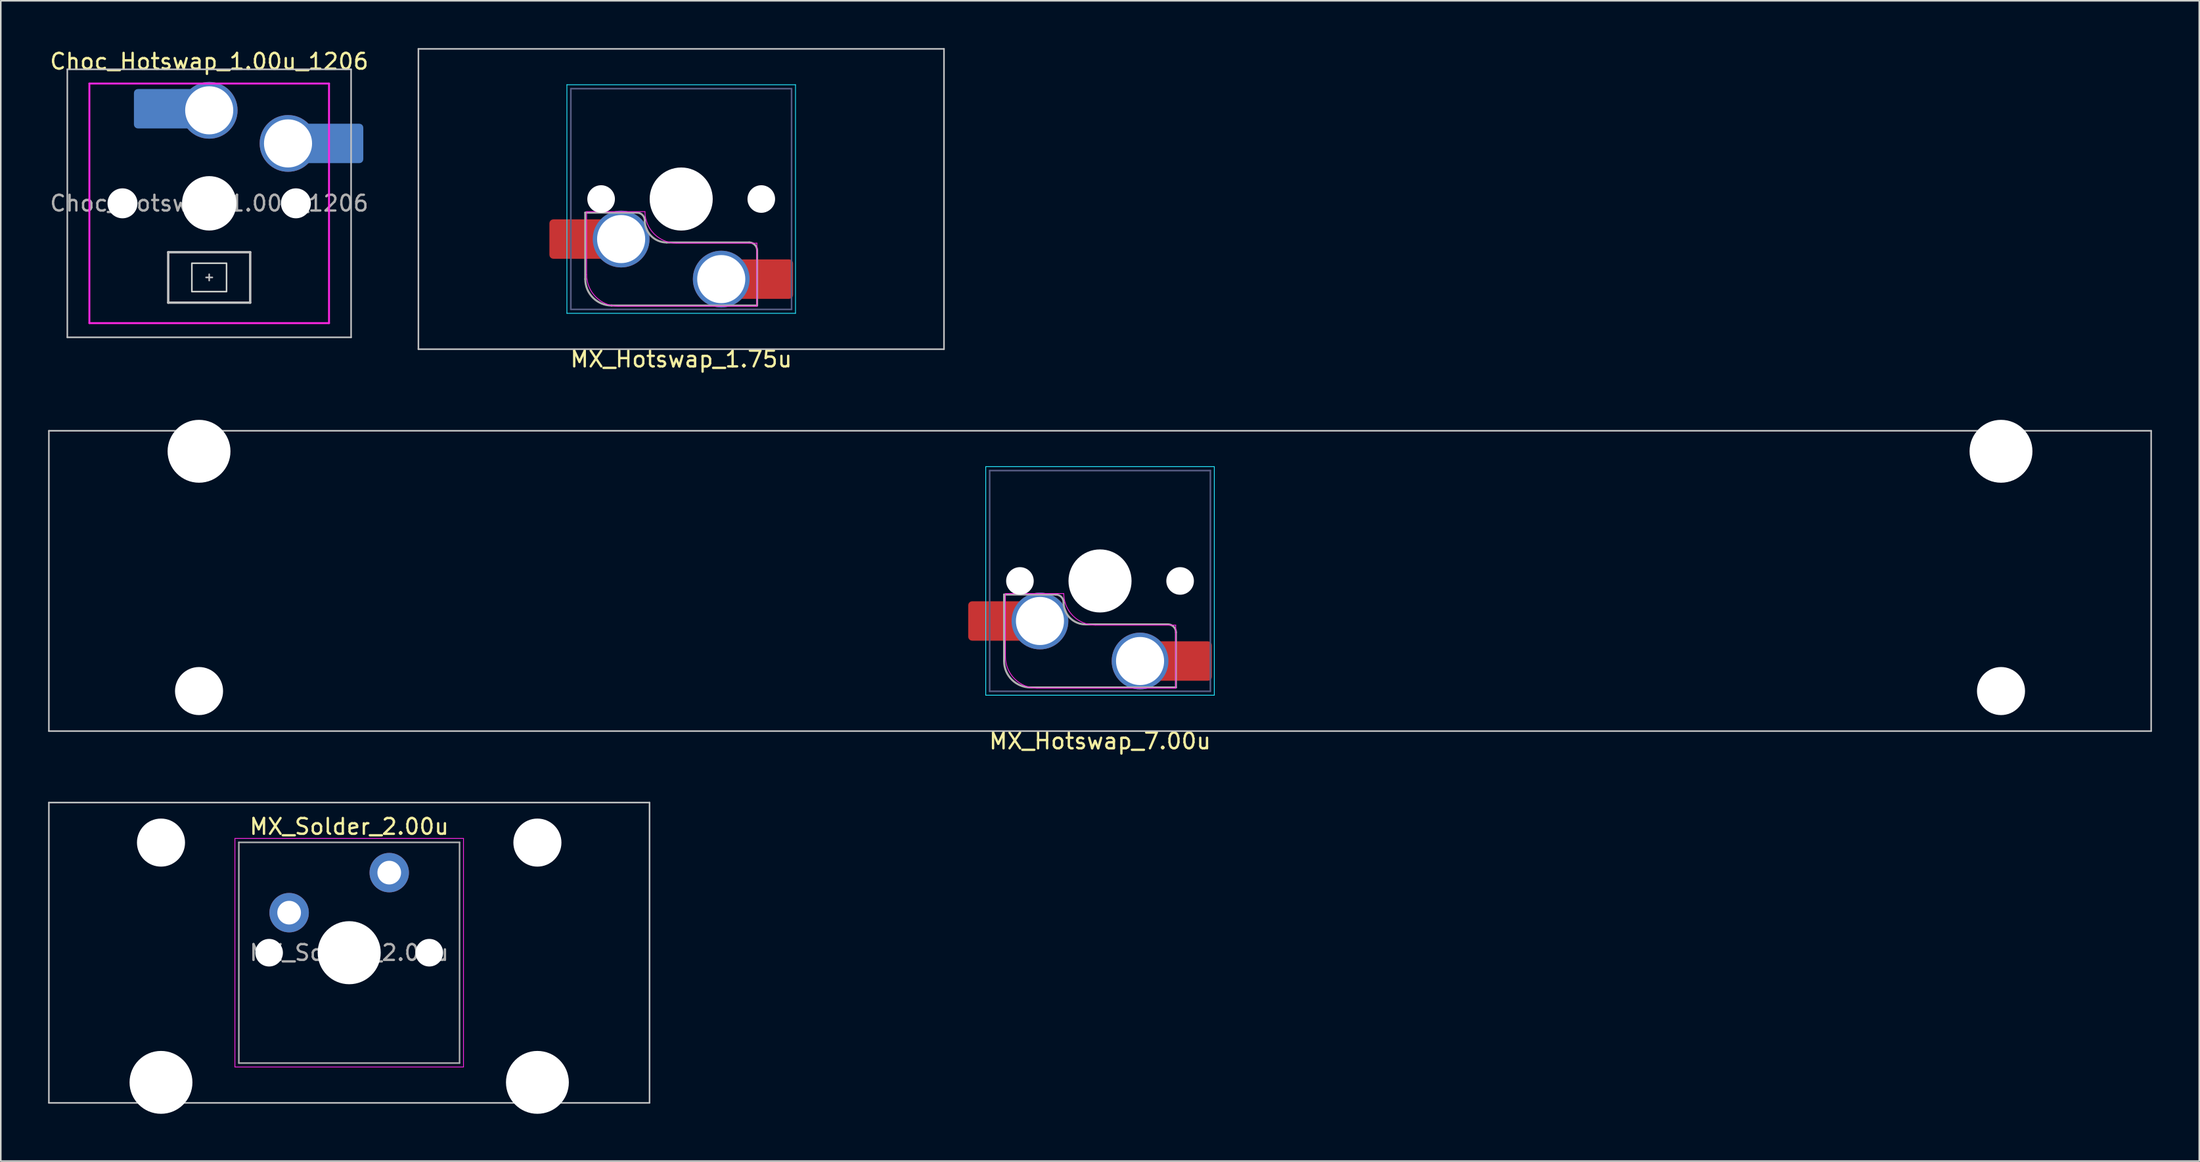
<source format=kicad_pcb>
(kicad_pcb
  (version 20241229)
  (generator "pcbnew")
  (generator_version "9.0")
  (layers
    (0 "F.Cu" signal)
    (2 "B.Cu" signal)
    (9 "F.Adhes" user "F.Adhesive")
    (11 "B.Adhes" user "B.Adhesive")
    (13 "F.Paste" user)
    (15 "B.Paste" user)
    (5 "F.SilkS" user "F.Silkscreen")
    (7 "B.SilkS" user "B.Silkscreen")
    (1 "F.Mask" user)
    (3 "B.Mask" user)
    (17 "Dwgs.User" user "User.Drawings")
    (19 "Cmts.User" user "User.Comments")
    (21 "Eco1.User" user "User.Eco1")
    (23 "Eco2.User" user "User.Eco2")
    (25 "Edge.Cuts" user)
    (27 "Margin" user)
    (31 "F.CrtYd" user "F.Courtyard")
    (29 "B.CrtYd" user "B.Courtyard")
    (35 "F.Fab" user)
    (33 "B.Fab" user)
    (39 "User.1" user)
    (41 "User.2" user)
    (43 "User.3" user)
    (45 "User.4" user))
  (footprint "MX_Hotswap_7.00u"
    (layer "F.Cu")
    (at 66.09 37.612)
    (property "Reference" "MX_Hotswap_7.00u" (at 0.635 6.35 0) (layer "F.SilkS") (effects (font (size 1 1) (thickness 0.15))))
    (attr smd allow_soldermask_bridges)
    (fp_line (start -66.04 -13.335) (end -66.04 5.715) (stroke (width 0.1) (type solid)) (layer "Dwgs.User"))
    (fp_line (start -66.04 5.715) (end 67.31 5.715) (stroke (width 0.1) (type solid)) (layer "Dwgs.User"))
    (fp_line (start 67.31 -13.335) (end -66.04 -13.335) (stroke (width 0.1) (type solid)) (layer "Dwgs.User"))
    (fp_line (start 67.31 5.715) (end 67.31 -13.335) (stroke (width 0.1) (type solid)) (layer "Dwgs.User"))
    (fp_line (start -59.89 -10.58) (end -59.89 1.72) (stroke (width 0.1) (type solid)) (layer "Eco1.User"))
    (fp_line (start -59.89 1.72) (end -53.14 1.72) (stroke (width 0.1) (type solid)) (layer "Eco1.User"))
    (fp_line (start -53.14 -10.58) (end -59.89 -10.58) (stroke (width 0.1) (type solid)) (layer "Eco1.User"))
    (fp_line (start -53.14 1.72) (end -53.14 -10.58) (stroke (width 0.1) (type solid)) (layer "Eco1.User"))
    (fp_line (start 54.41 -10.58) (end 54.41 1.72) (stroke (width 0.1) (type solid)) (layer "Eco1.User"))
    (fp_line (start 54.41 1.72) (end 61.16 1.72) (stroke (width 0.1) (type solid)) (layer "Eco1.User"))
    (fp_line (start 61.16 -10.58) (end 54.41 -10.58) (stroke (width 0.1) (type solid)) (layer "Eco1.User"))
    (fp_line (start 61.16 1.72) (end 61.16 -10.58) (stroke (width 0.1) (type solid)) (layer "Eco1.User"))
    (fp_line (start -6.615 -11.06) (end -6.615 3.44) (stroke (width 0.05) (type solid)) (layer "B.CrtYd"))
    (fp_line (start -6.615 3.44) (end 7.885 3.44) (stroke (width 0.05) (type solid)) (layer "B.CrtYd"))
    (fp_line (start 7.885 -11.06) (end -6.615 -11.06) (stroke (width 0.05) (type solid)) (layer "B.CrtYd"))
    (fp_line (start 7.885 3.44) (end 7.885 -11.06) (stroke (width 0.05) (type solid)) (layer "B.CrtYd"))
    (fp_line (start -5.365 0.99) (end -5.365 -3.01) (stroke (width 0.05) (type solid)) (layer "F.CrtYd"))
    (fp_line (start -1.665 -3.01) (end -5.365 -3.01) (stroke (width 0.05) (type solid)) (layer "F.CrtYd"))
    (fp_line (start 5.435 -1.01) (end 0.335 -1.01) (stroke (width 0.05) (type solid)) (layer "F.CrtYd"))
    (fp_line (start 5.435 -1.01) (end 5.435 2.99) (stroke (width 0.05) (type solid)) (layer "F.CrtYd"))
    (fp_line (start 5.435 2.99) (end -3.365 2.99) (stroke (width 0.05) (type solid)) (layer "F.CrtYd"))
    (fp_arc (start -3.365 2.99) (mid -4.779214 2.404214) (end -5.365 0.99) (stroke (width 0.05) (type solid)) (layer "F.CrtYd"))
    (fp_arc (start 0.335 -1.01) (mid -1.079214 -1.595786) (end -1.665 -3.01) (stroke (width 0.05) (type solid)) (layer "F.CrtYd"))
    (fp_line (start -6.365 -10.81) (end -6.365 3.19) (stroke (width 0.1) (type solid)) (layer "B.Fab"))
    (fp_line (start -6.365 3.19) (end 7.635 3.19) (stroke (width 0.1) (type solid)) (layer "B.Fab"))
    (fp_line (start 7.635 -10.81) (end -6.365 -10.81) (stroke (width 0.1) (type solid)) (layer "B.Fab"))
    (fp_line (start 7.635 3.19) (end 7.635 -10.81) (stroke (width 0.1) (type solid)) (layer "B.Fab"))
    (fp_line (start -5.45 -2.945) (end -2.175 -2.945) (stroke (width 0.127) (type solid)) (layer "F.Fab"))
    (fp_line (start -5.45 1.27) (end -5.45 -2.945) (stroke (width 0.127) (type solid)) (layer "F.Fab"))
    (fp_line (start -0.285 -1.055) (end 4.95 -1.055) (stroke (width 0.127) (type solid)) (layer "F.Fab"))
    (fp_line (start 5.45 -0.555) (end 5.45 2.945) (stroke (width 0.127) (type solid)) (layer "F.Fab"))
    (fp_line (start 5.45 2.945) (end -3.775 2.945) (stroke (width 0.127) (type solid)) (layer "F.Fab"))
    (fp_arc (start -3.775 2.945) (mid -4.959404 2.454404) (end -5.45 1.27) (stroke (width 0.127) (type solid)) (layer "F.Fab"))
    (fp_arc (start -2.175 -2.945) (mid -1.821447 -2.798553) (end -1.675 -2.445) (stroke (width 0.127) (type solid)) (layer "F.Fab"))
    (fp_arc (start -0.285 -1.055) (mid -1.267878 -1.462122) (end -1.675 -2.445) (stroke (width 0.127) (type solid)) (layer "F.Fab"))
    (fp_arc (start 4.95 -1.055) (mid 5.303553 -0.908553) (end 5.45 -0.555) (stroke (width 0.127) (type solid)) (layer "F.Fab"))
    (pad "" np_thru_hole circle (at -56.515 -12.035 180) (size 3.988 3.988) (drill 3.988) (layers "*.Cu" "*.Mask"))
    (pad "" np_thru_hole circle (at -56.515 3.175 180) (size 3.048 3.048) (drill 3.048) (layers "*.Cu" "*.Mask"))
    (pad "" smd roundrect (at -6.45 -1.27 180) (size 2.55 2.5) (layers "F.Mask" "F.Paste") (roundrect_rratio 0.1))
    (pad "" np_thru_hole circle (at -4.445 -3.81 180) (size 1.75 1.75) (drill 1.75) (layers "*.Cu" "*.Mask"))
    (pad "" np_thru_hole circle (at 0.635 -3.81 180) (size 4 4) (drill 4) (layers "*.Cu" "*.Mask"))
    (pad "" np_thru_hole circle (at 5.715 -3.81 180) (size 1.75 1.75) (drill 1.75) (layers "*.Cu" "*.Mask"))
    (pad "" smd roundrect (at 6.477 1.27 180) (size 2.55 2.5) (layers "F.Mask" "F.Paste") (roundrect_rratio 0.1))
    (pad "" np_thru_hole circle (at 57.785 -12.035 180) (size 3.988 3.988) (drill 3.988) (layers "*.Cu" "*.Mask"))
    (pad "" np_thru_hole circle (at 57.785 3.175 180) (size 3.048 3.048) (drill 3.048) (layers "*.Cu" "*.Mask"))
    (pad "1" smd roundrect (at -5.95 -1.27 180) (size 3.55 2.5) (layers "F.Cu") (roundrect_rratio 0.1))
    (pad "1" thru_hole circle (at -3.175 -1.27 180) (size 3.6 3.6) (drill 3.05) (layers "*.Cu" "*.Mask"))
    (pad "2" thru_hole circle (at 3.175 1.27 180) (size 3.6 3.6) (drill 3.05) (layers "*.Cu" "*.Mask"))
    (pad "2" smd roundrect (at 5.955 1.27 180) (size 3.55 2.5) (layers "F.Cu") (roundrect_rratio 0.1)))
  (footprint "MX_Solder_2.00u"
    (layer "F.Cu")
    (at 19.1 57.385)
    (property "Reference" "MX_Solder_2.00u" (at 0 -8 0) (layer "F.SilkS") (effects (font (size 1 1) (thickness 0.15))))
    (attr through_hole)
    (fp_line (start -19.05 -9.525) (end -19.05 9.525) (stroke (width 0.1) (type solid)) (layer "Dwgs.User"))
    (fp_line (start -19.05 9.525) (end 19.05 9.525) (stroke (width 0.1) (type solid)) (layer "Dwgs.User"))
    (fp_line (start 19.05 -9.525) (end -19.05 -9.525) (stroke (width 0.1) (type solid)) (layer "Dwgs.User"))
    (fp_line (start 19.05 9.525) (end 19.05 -9.525) (stroke (width 0.1) (type solid)) (layer "Dwgs.User"))
    (fp_line (start -15.313 -5.53) (end -15.313 6.77) (stroke (width 0.1) (type solid)) (layer "Eco1.User"))
    (fp_line (start -15.313 6.77) (end -8.563 6.77) (stroke (width 0.1) (type solid)) (layer "Eco1.User"))
    (fp_line (start -8.563 -5.53) (end -15.313 -5.53) (stroke (width 0.1) (type solid)) (layer "Eco1.User"))
    (fp_line (start -8.563 6.77) (end -8.563 -5.53) (stroke (width 0.1) (type solid)) (layer "Eco1.User"))
    (fp_line (start -7 -7) (end -7 7) (stroke (width 0.1) (type solid)) (layer "Eco1.User"))
    (fp_line (start -7 7) (end 7 7) (stroke (width 0.1) (type solid)) (layer "Eco1.User"))
    (fp_line (start 7 -7) (end -7 -7) (stroke (width 0.1) (type solid)) (layer "Eco1.User"))
    (fp_line (start 7 7) (end 7 -7) (stroke (width 0.1) (type solid)) (layer "Eco1.User"))
    (fp_line (start 8.563 -5.53) (end 8.563 6.77) (stroke (width 0.1) (type solid)) (layer "Eco1.User"))
    (fp_line (start 8.563 6.77) (end 15.313 6.77) (stroke (width 0.1) (type solid)) (layer "Eco1.User"))
    (fp_line (start 15.313 -5.53) (end 8.563 -5.53) (stroke (width 0.1) (type solid)) (layer "Eco1.User"))
    (fp_line (start 15.313 6.77) (end 15.313 -5.53) (stroke (width 0.1) (type solid)) (layer "Eco1.User"))
    (fp_line (start -7.25 -7.25) (end -7.25 7.25) (stroke (width 0.05) (type solid)) (layer "F.CrtYd"))
    (fp_line (start -7.25 7.25) (end 7.25 7.25) (stroke (width 0.05) (type solid)) (layer "F.CrtYd"))
    (fp_line (start 7.25 -7.25) (end -7.25 -7.25) (stroke (width 0.05) (type solid)) (layer "F.CrtYd"))
    (fp_line (start 7.25 7.25) (end 7.25 -7.25) (stroke (width 0.05) (type solid)) (layer "F.CrtYd"))
    (fp_line (start -7 -7) (end -7 7) (stroke (width 0.1) (type solid)) (layer "F.Fab"))
    (fp_line (start -7 7) (end 7 7) (stroke (width 0.1) (type solid)) (layer "F.Fab"))
    (fp_line (start 7 -7) (end -7 -7) (stroke (width 0.1) (type solid)) (layer "F.Fab"))
    (fp_line (start 7 7) (end 7 -7) (stroke (width 0.1) (type solid)) (layer "F.Fab"))
    (fp_text user "${REFERENCE}" (at 0 0 0) (layer "F.Fab") (effects (font (size 1 1) (thickness 0.15))))
    (pad "" np_thru_hole circle (at -11.938 -6.985) (size 3.048 3.048) (drill 3.048) (layers "*.Cu" "*.Mask"))
    (pad "" np_thru_hole circle (at -11.938 8.225) (size 3.988 3.988) (drill 3.988) (layers "*.Cu" "*.Mask"))
    (pad "" np_thru_hole circle (at -5.08 0) (size 1.75 1.75) (drill 1.75) (layers "*.Cu" "*.Mask"))
    (pad "" np_thru_hole circle (at 0 0) (size 4 4) (drill 4) (layers "*.Cu" "*.Mask"))
    (pad "" np_thru_hole circle (at 5.08 0) (size 1.75 1.75) (drill 1.75) (layers "*.Cu" "*.Mask"))
    (pad "" np_thru_hole circle (at 11.938 -6.985) (size 3.048 3.048) (drill 3.048) (layers "*.Cu" "*.Mask"))
    (pad "" np_thru_hole circle (at 11.938 8.225) (size 3.988 3.988) (drill 3.988) (layers "*.Cu" "*.Mask"))
    (pad "1" thru_hole circle (at -3.81 -2.54) (size 2.5 2.5) (drill 1.5) (layers "*.Cu" "*.Mask"))
    (pad "2" thru_hole circle (at 2.54 -5.08) (size 2.5 2.5) (drill 1.5) (layers "*.Cu" "*.Mask")))
  (footprint "Choc_Hotswap_1.00u_1206"
    (layer "F.Cu")
    (at 10.22 9.848)
    (property "Reference" "Choc_Hotswap_1.00u_1206" (at 0 -9 0) (layer "F.SilkS") (effects (font (size 1 1) (thickness 0.15))))
    (attr smd allow_soldermask_bridges)
    (fp_line (start -9 -8.5) (end -9 8.5) (stroke (width 0.1) (type solid)) (layer "Dwgs.User"))
    (fp_line (start -9 8.5) (end 9 8.5) (stroke (width 0.1) (type solid)) (layer "Dwgs.User"))
    (fp_line (start -2.6 3.1) (end -2.6 6.3) (stroke (width 0.15) (type solid)) (layer "Dwgs.User"))
    (fp_line (start -2.6 6.3) (end 2.6 6.3) (stroke (width 0.15) (type solid)) (layer "Dwgs.User"))
    (fp_line (start 0 4.5) (end 0 4.9) (stroke (width 0.1) (type default)) (layer "Dwgs.User"))
    (fp_line (start 0.2 4.7) (end -0.2 4.7) (stroke (width 0.1) (type default)) (layer "Dwgs.User"))
    (fp_line (start 2.6 3.1) (end -2.6 3.1) (stroke (width 0.15) (type solid)) (layer "Dwgs.User"))
    (fp_line (start 2.6 3.1) (end 2.6 6.3) (stroke (width 0.15) (type solid)) (layer "Dwgs.User"))
    (fp_line (start 9 -8.5) (end -9 -8.5) (stroke (width 0.1) (type solid)) (layer "Dwgs.User"))
    (fp_line (start 9 8.5) (end 9 -8.5) (stroke (width 0.1) (type solid)) (layer "Dwgs.User"))
    (fp_rect (start -1.1 3.8) (end 1.1 5.6) (stroke (width 0.1) (type default)) (fill no) (layer "Edge.Cuts"))
    (fp_line (start -7.6 -7.6) (end -7.6 7.6) (stroke (width 0.12) (type solid)) (layer "F.CrtYd"))
    (fp_line (start -7.6 7.6) (end 7.6 7.6) (stroke (width 0.12) (type solid)) (layer "F.CrtYd"))
    (fp_line (start 7.6 -7.6) (end -7.6 -7.6) (stroke (width 0.12) (type solid)) (layer "F.CrtYd"))
    (fp_line (start 7.6 7.6) (end 7.6 -7.6) (stroke (width 0.12) (type solid)) (layer "F.CrtYd"))
    (fp_text user "${REFERENCE}" (at 0 0 0) (layer "F.Fab") (effects (font (size 1 1) (thickness 0.15))))
    (pad "" np_thru_hole circle (at -5.5 0) (size 1.9 1.9) (drill 1.9) (layers "*.Cu" "*.Mask"))
    (pad "" smd roundrect (at -3.5 -6) (size 2.55 2.5) (layers "B.Mask" "B.Paste") (roundrect_rratio 0.1))
    (pad "" np_thru_hole circle (at 0 0) (size 3.45 3.45) (drill 3.45) (layers "*.Cu" "*.Mask"))
    (pad "" np_thru_hole circle (at 5.5 0) (size 1.9 1.9) (drill 1.9) (layers "*.Cu" "*.Mask"))
    (pad "" smd roundrect (at 8.5 -3.8) (size 2.55 2.5) (layers "B.Mask" "B.Paste") (roundrect_rratio 0.1))
    (pad "1" smd roundrect (at -2.85 -6) (size 3.85 2.5) (layers "B.Cu") (roundrect_rratio 0.1))
    (pad "1" thru_hole circle (at 0 -5.9) (size 3.6 3.6) (drill 3.05) (layers "*.Cu" "*.Mask"))
    (pad "2" thru_hole circle (at 5 -3.8) (size 3.6 3.6) (drill 3.05) (layers "*.Cu" "*.Mask"))
    (pad "2" smd roundrect (at 7.85 -3.8) (size 3.85 2.5) (layers "B.Cu") (roundrect_rratio 0.1)))
  (footprint "MX_Hotswap_1.75u"
    (layer "F.Cu")
    (at 39.524 13.385)
    (property "Reference" "MX_Hotswap_1.75u" (at 0.635 6.35 0) (layer "F.SilkS") (effects (font (size 1 1) (thickness 0.15))))
    (attr smd allow_soldermask_bridges)
    (fp_line (start -16.034 -13.335) (end -16.034 5.715) (stroke (width 0.1) (type solid)) (layer "Dwgs.User"))
    (fp_line (start -16.034 5.715) (end 17.304 5.715) (stroke (width 0.1) (type solid)) (layer "Dwgs.User"))
    (fp_line (start 17.304 -13.335) (end -16.034 -13.335) (stroke (width 0.1) (type solid)) (layer "Dwgs.User"))
    (fp_line (start 17.304 5.715) (end 17.304 -13.335) (stroke (width 0.1) (type solid)) (layer "Dwgs.User"))
    (fp_line (start -6.615 -11.06) (end -6.615 3.44) (stroke (width 0.05) (type solid)) (layer "B.CrtYd"))
    (fp_line (start -6.615 3.44) (end 7.885 3.44) (stroke (width 0.05) (type solid)) (layer "B.CrtYd"))
    (fp_line (start 7.885 -11.06) (end -6.615 -11.06) (stroke (width 0.05) (type solid)) (layer "B.CrtYd"))
    (fp_line (start 7.885 3.44) (end 7.885 -11.06) (stroke (width 0.05) (type solid)) (layer "B.CrtYd"))
    (fp_line (start -5.365 0.99) (end -5.365 -3.01) (stroke (width 0.05) (type solid)) (layer "F.CrtYd"))
    (fp_line (start -1.665 -3.01) (end -5.365 -3.01) (stroke (width 0.05) (type solid)) (layer "F.CrtYd"))
    (fp_line (start 5.435 -1.01) (end 0.335 -1.01) (stroke (width 0.05) (type solid)) (layer "F.CrtYd"))
    (fp_line (start 5.435 -1.01) (end 5.435 2.99) (stroke (width 0.05) (type solid)) (layer "F.CrtYd"))
    (fp_line (start 5.435 2.99) (end -3.365 2.99) (stroke (width 0.05) (type solid)) (layer "F.CrtYd"))
    (fp_arc (start -3.365 2.99) (mid -4.779214 2.404214) (end -5.365 0.99) (stroke (width 0.05) (type solid)) (layer "F.CrtYd"))
    (fp_arc (start 0.335 -1.01) (mid -1.079214 -1.595786) (end -1.665 -3.01) (stroke (width 0.05) (type solid)) (layer "F.CrtYd"))
    (fp_line (start -6.365 -10.81) (end -6.365 3.19) (stroke (width 0.1) (type solid)) (layer "B.Fab"))
    (fp_line (start -6.365 3.19) (end 7.635 3.19) (stroke (width 0.1) (type solid)) (layer "B.Fab"))
    (fp_line (start 7.635 -10.81) (end -6.365 -10.81) (stroke (width 0.1) (type solid)) (layer "B.Fab"))
    (fp_line (start 7.635 3.19) (end 7.635 -10.81) (stroke (width 0.1) (type solid)) (layer "B.Fab"))
    (fp_line (start -5.45 -2.945) (end -2.175 -2.945) (stroke (width 0.127) (type solid)) (layer "F.Fab"))
    (fp_line (start -5.45 1.27) (end -5.45 -2.945) (stroke (width 0.127) (type solid)) (layer "F.Fab"))
    (fp_line (start -0.285 -1.055) (end 4.95 -1.055) (stroke (width 0.127) (type solid)) (layer "F.Fab"))
    (fp_line (start 5.45 -0.555) (end 5.45 2.945) (stroke (width 0.127) (type solid)) (layer "F.Fab"))
    (fp_line (start 5.45 2.945) (end -3.775 2.945) (stroke (width 0.127) (type solid)) (layer "F.Fab"))
    (fp_arc (start -3.775 2.945) (mid -4.959404 2.454404) (end -5.45 1.27) (stroke (width 0.127) (type solid)) (layer "F.Fab"))
    (fp_arc (start -2.175 -2.945) (mid -1.821447 -2.798553) (end -1.675 -2.445) (stroke (width 0.127) (type solid)) (layer "F.Fab"))
    (fp_arc (start -0.285 -1.055) (mid -1.267878 -1.462122) (end -1.675 -2.445) (stroke (width 0.127) (type solid)) (layer "F.Fab"))
    (fp_arc (start 4.95 -1.055) (mid 5.303553 -0.908553) (end 5.45 -0.555) (stroke (width 0.127) (type solid)) (layer "F.Fab"))
    (pad "" smd roundrect (at -6.45 -1.27 180) (size 2.55 2.5) (layers "F.Mask" "F.Paste") (roundrect_rratio 0.1))
    (pad "" np_thru_hole circle (at -4.445 -3.81 180) (size 1.75 1.75) (drill 1.75) (layers "*.Cu" "*.Mask"))
    (pad "" np_thru_hole circle (at 0.635 -3.81 180) (size 4 4) (drill 4) (layers "*.Cu" "*.Mask"))
    (pad "" np_thru_hole circle (at 5.715 -3.81 180) (size 1.75 1.75) (drill 1.75) (layers "*.Cu" "*.Mask"))
    (pad "" smd roundrect (at 6.477 1.27 180) (size 2.55 2.5) (layers "F.Mask" "F.Paste") (roundrect_rratio 0.1))
    (pad "1" smd roundrect (at -5.95 -1.27 180) (size 3.55 2.5) (layers "F.Cu") (roundrect_rratio 0.1))
    (pad "1" thru_hole circle (at -3.175 -1.27 180) (size 3.6 3.6) (drill 3.05) (layers "*.Cu" "*.Mask"))
    (pad "2" thru_hole circle (at 3.175 1.27 180) (size 3.6 3.6) (drill 3.05) (layers "*.Cu" "*.Mask"))
    (pad "2" smd roundrect (at 5.955 1.27 180) (size 3.55 2.5) (layers "F.Cu") (roundrect_rratio 0.1)))
  (gr_rect
    (start -3 -3)
    (end 136.45 70.604)
    (stroke (width 0.1) (type default))
    (fill no)
    (layer "Edge.Cuts")))
</source>
